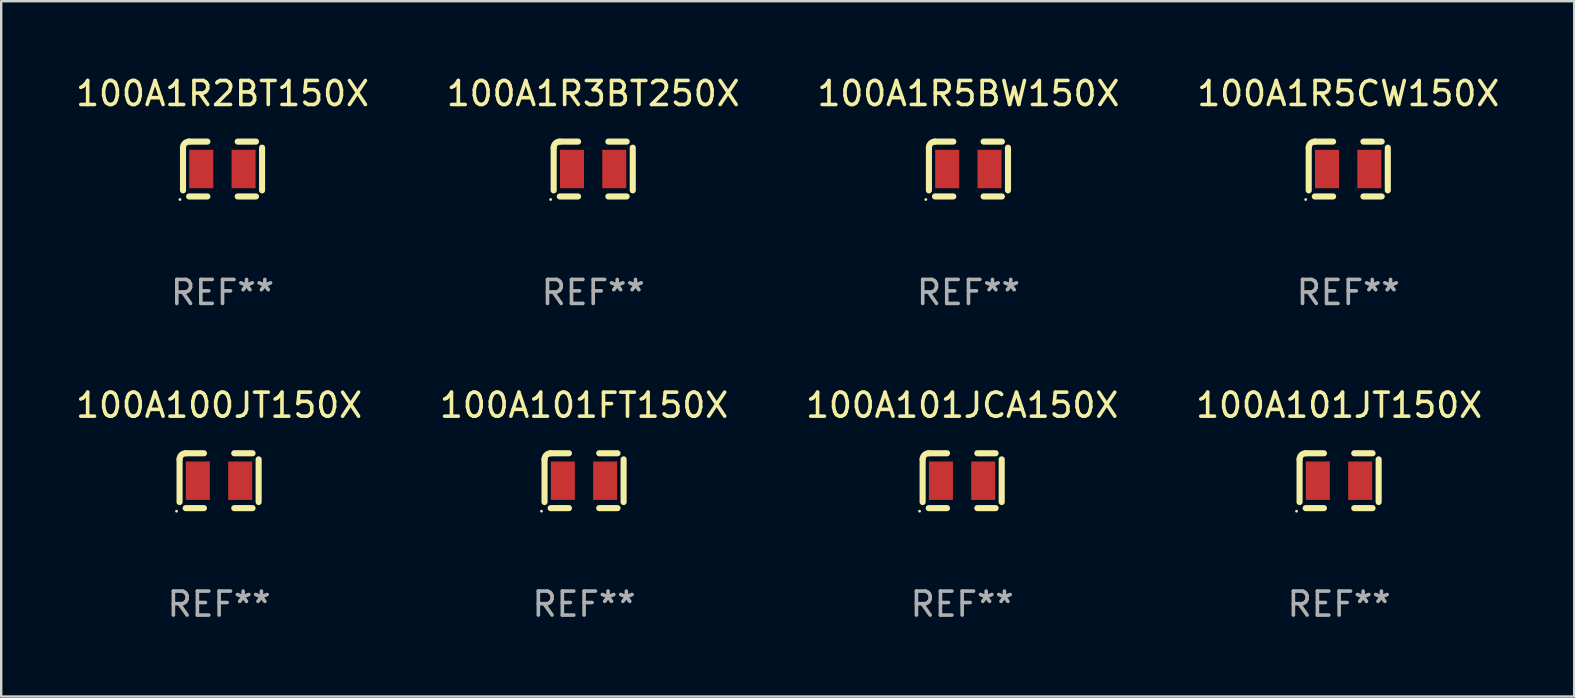
<source format=kicad_pcb>
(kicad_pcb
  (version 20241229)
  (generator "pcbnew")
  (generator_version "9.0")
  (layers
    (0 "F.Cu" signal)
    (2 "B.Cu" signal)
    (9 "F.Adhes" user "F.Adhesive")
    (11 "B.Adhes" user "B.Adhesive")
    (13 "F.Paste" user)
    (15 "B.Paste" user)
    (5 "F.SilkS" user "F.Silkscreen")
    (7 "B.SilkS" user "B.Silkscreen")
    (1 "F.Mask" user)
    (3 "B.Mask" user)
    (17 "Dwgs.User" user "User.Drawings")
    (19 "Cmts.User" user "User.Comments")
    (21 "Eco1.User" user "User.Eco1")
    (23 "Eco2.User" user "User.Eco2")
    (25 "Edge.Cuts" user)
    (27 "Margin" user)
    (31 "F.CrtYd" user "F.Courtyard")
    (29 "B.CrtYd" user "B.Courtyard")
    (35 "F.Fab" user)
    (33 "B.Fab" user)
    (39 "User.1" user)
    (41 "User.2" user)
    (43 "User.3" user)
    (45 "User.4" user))
  (footprint "100A1R5CW150X"
    (layer "F.Cu")
    (at 53.113 3.991)
    (property "Reference" "100A1R5CW150X" (at 0 -3.143 0) (layer "F.SilkS") (effects (font (size 1 1) (thickness 0.15))))
    (attr through_hole)
    (fp_line (start -1.647 -0.889) (end -1.647 0.889) (stroke (width 0.254) (type solid)) (layer "F.SilkS"))
    (fp_line (start -0.631 -1.143) (end -1.393 -1.143) (stroke (width 0.254) (type solid)) (layer "F.SilkS"))
    (fp_line (start -0.631 1.143) (end -1.393 1.143) (stroke (width 0.254) (type solid)) (layer "F.SilkS"))
    (fp_line (start 0.631 -1.143) (end 1.393 -1.143) (stroke (width 0.254) (type solid)) (layer "F.SilkS"))
    (fp_line (start 0.631 1.143) (end 1.393 1.143) (stroke (width 0.254) (type solid)) (layer "F.SilkS"))
    (fp_line (start 1.647 -0.889) (end 1.647 0.889) (stroke (width 0.254) (type solid)) (layer "F.SilkS"))
    (fp_arc (start -1.647002 -0.889002) (mid -1.572607 -1.068607) (end -1.393002 -1.143002) (stroke (width 0.254001) (type solid)) (layer "F.SilkS"))
    (fp_circle (center -1.774 1.27) (end -1.744 1.27) (stroke (width 0.06) (type solid)) (fill no) (layer "F.SilkS"))
    (fp_text user "REF**" (at 0 5.143 0) (layer "F.Fab") (effects (font (size 1 1) (thickness 0.15))))
    (pad "1" smd rect (at -0.885 0) (size 1 1.6) (layers "F.Cu" "F.Mask" "F.Paste"))
    (pad "2" smd rect (at 0.877 0) (size 1 1.6) (layers "F.Cu" "F.Mask" "F.Paste")))
  (footprint "100A101FT150X"
    (layer "F.Cu")
    (at 21.28 16.974)
    (property "Reference" "100A101FT150X" (at 0 -3.143 0) (layer "F.SilkS") (effects (font (size 1 1) (thickness 0.15))))
    (attr through_hole)
    (fp_line (start -1.647 -0.889) (end -1.647 0.889) (stroke (width 0.254) (type solid)) (layer "F.SilkS"))
    (fp_line (start -0.631 -1.143) (end -1.393 -1.143) (stroke (width 0.254) (type solid)) (layer "F.SilkS"))
    (fp_line (start -0.631 1.143) (end -1.393 1.143) (stroke (width 0.254) (type solid)) (layer "F.SilkS"))
    (fp_line (start 0.631 -1.143) (end 1.393 -1.143) (stroke (width 0.254) (type solid)) (layer "F.SilkS"))
    (fp_line (start 0.631 1.143) (end 1.393 1.143) (stroke (width 0.254) (type solid)) (layer "F.SilkS"))
    (fp_line (start 1.647 -0.889) (end 1.647 0.889) (stroke (width 0.254) (type solid)) (layer "F.SilkS"))
    (fp_arc (start -1.647002 -0.889002) (mid -1.572607 -1.068607) (end -1.393002 -1.143002) (stroke (width 0.254001) (type solid)) (layer "F.SilkS"))
    (fp_circle (center -1.774 1.27) (end -1.744 1.27) (stroke (width 0.06) (type solid)) (fill no) (layer "F.SilkS"))
    (fp_text user "REF**" (at 0 5.143 0) (layer "F.Fab") (effects (font (size 1 1) (thickness 0.15))))
    (pad "1" smd rect (at -0.885 0) (size 1 1.6) (layers "F.Cu" "F.Mask" "F.Paste"))
    (pad "2" smd rect (at 0.877 0) (size 1 1.6) (layers "F.Cu" "F.Mask" "F.Paste")))
  (footprint "100A1R5BW150X"
    (layer "F.Cu")
    (at 37.292 3.991)
    (property "Reference" "100A1R5BW150X" (at 0 -3.143 0) (layer "F.SilkS") (effects (font (size 1 1) (thickness 0.15))))
    (attr through_hole)
    (fp_line (start -1.647 -0.889) (end -1.647 0.889) (stroke (width 0.254) (type solid)) (layer "F.SilkS"))
    (fp_line (start -0.631 -1.143) (end -1.393 -1.143) (stroke (width 0.254) (type solid)) (layer "F.SilkS"))
    (fp_line (start -0.631 1.143) (end -1.393 1.143) (stroke (width 0.254) (type solid)) (layer "F.SilkS"))
    (fp_line (start 0.631 -1.143) (end 1.393 -1.143) (stroke (width 0.254) (type solid)) (layer "F.SilkS"))
    (fp_line (start 0.631 1.143) (end 1.393 1.143) (stroke (width 0.254) (type solid)) (layer "F.SilkS"))
    (fp_line (start 1.647 -0.889) (end 1.647 0.889) (stroke (width 0.254) (type solid)) (layer "F.SilkS"))
    (fp_arc (start -1.647002 -0.889002) (mid -1.572607 -1.068607) (end -1.393002 -1.143002) (stroke (width 0.254001) (type solid)) (layer "F.SilkS"))
    (fp_circle (center -1.774 1.27) (end -1.744 1.27) (stroke (width 0.06) (type solid)) (fill no) (layer "F.SilkS"))
    (fp_text user "REF**" (at 0 5.143 0) (layer "F.Fab") (effects (font (size 1 1) (thickness 0.15))))
    (pad "1" smd rect (at -0.885 0) (size 1 1.6) (layers "F.Cu" "F.Mask" "F.Paste"))
    (pad "2" smd rect (at 0.877 0) (size 1 1.6) (layers "F.Cu" "F.Mask" "F.Paste")))
  (footprint "100A101JT150X"
    (layer "F.Cu")
    (at 52.732 16.974)
    (property "Reference" "100A101JT150X" (at 0 -3.143 0) (layer "F.SilkS") (effects (font (size 1 1) (thickness 0.15))))
    (attr through_hole)
    (fp_line (start -1.647 -0.889) (end -1.647 0.889) (stroke (width 0.254) (type solid)) (layer "F.SilkS"))
    (fp_line (start -0.631 -1.143) (end -1.393 -1.143) (stroke (width 0.254) (type solid)) (layer "F.SilkS"))
    (fp_line (start -0.631 1.143) (end -1.393 1.143) (stroke (width 0.254) (type solid)) (layer "F.SilkS"))
    (fp_line (start 0.631 -1.143) (end 1.393 -1.143) (stroke (width 0.254) (type solid)) (layer "F.SilkS"))
    (fp_line (start 0.631 1.143) (end 1.393 1.143) (stroke (width 0.254) (type solid)) (layer "F.SilkS"))
    (fp_line (start 1.647 -0.889) (end 1.647 0.889) (stroke (width 0.254) (type solid)) (layer "F.SilkS"))
    (fp_arc (start -1.647002 -0.889002) (mid -1.572607 -1.068607) (end -1.393002 -1.143002) (stroke (width 0.254001) (type solid)) (layer "F.SilkS"))
    (fp_circle (center -1.774 1.27) (end -1.744 1.27) (stroke (width 0.06) (type solid)) (fill no) (layer "F.SilkS"))
    (fp_text user "REF**" (at 0 5.143 0) (layer "F.Fab") (effects (font (size 1 1) (thickness 0.15))))
    (pad "1" smd rect (at -0.885 0) (size 1 1.6) (layers "F.Cu" "F.Mask" "F.Paste"))
    (pad "2" smd rect (at 0.877 0) (size 1 1.6) (layers "F.Cu" "F.Mask" "F.Paste")))
  (footprint "100A1R2BT150X"
    (layer "F.Cu")
    (at 6.22 3.991)
    (property "Reference" "100A1R2BT150X" (at 0 -3.143 0) (layer "F.SilkS") (effects (font (size 1 1) (thickness 0.15))))
    (attr through_hole)
    (fp_line (start -1.647 -0.889) (end -1.647 0.889) (stroke (width 0.254) (type solid)) (layer "F.SilkS"))
    (fp_line (start -0.631 -1.143) (end -1.393 -1.143) (stroke (width 0.254) (type solid)) (layer "F.SilkS"))
    (fp_line (start -0.631 1.143) (end -1.393 1.143) (stroke (width 0.254) (type solid)) (layer "F.SilkS"))
    (fp_line (start 0.631 -1.143) (end 1.393 -1.143) (stroke (width 0.254) (type solid)) (layer "F.SilkS"))
    (fp_line (start 0.631 1.143) (end 1.393 1.143) (stroke (width 0.254) (type solid)) (layer "F.SilkS"))
    (fp_line (start 1.647 -0.889) (end 1.647 0.889) (stroke (width 0.254) (type solid)) (layer "F.SilkS"))
    (fp_arc (start -1.647002 -0.889002) (mid -1.572607 -1.068607) (end -1.393002 -1.143002) (stroke (width 0.254001) (type solid)) (layer "F.SilkS"))
    (fp_circle (center -1.774 1.27) (end -1.744 1.27) (stroke (width 0.06) (type solid)) (fill no) (layer "F.SilkS"))
    (fp_text user "REF**" (at 0 5.143 0) (layer "F.Fab") (effects (font (size 1 1) (thickness 0.15))))
    (pad "1" smd rect (at -0.885 0) (size 1 1.6) (layers "F.Cu" "F.Mask" "F.Paste"))
    (pad "2" smd rect (at 0.877 0) (size 1 1.6) (layers "F.Cu" "F.Mask" "F.Paste")))
  (footprint "100A100JT150X"
    (layer "F.Cu")
    (at 6.077 16.974)
    (property "Reference" "100A100JT150X" (at 0 -3.143 0) (layer "F.SilkS") (effects (font (size 1 1) (thickness 0.15))))
    (attr through_hole)
    (fp_line (start -1.647 -0.889) (end -1.647 0.889) (stroke (width 0.254) (type solid)) (layer "F.SilkS"))
    (fp_line (start -0.631 -1.143) (end -1.393 -1.143) (stroke (width 0.254) (type solid)) (layer "F.SilkS"))
    (fp_line (start -0.631 1.143) (end -1.393 1.143) (stroke (width 0.254) (type solid)) (layer "F.SilkS"))
    (fp_line (start 0.631 -1.143) (end 1.393 -1.143) (stroke (width 0.254) (type solid)) (layer "F.SilkS"))
    (fp_line (start 0.631 1.143) (end 1.393 1.143) (stroke (width 0.254) (type solid)) (layer "F.SilkS"))
    (fp_line (start 1.647 -0.889) (end 1.647 0.889) (stroke (width 0.254) (type solid)) (layer "F.SilkS"))
    (fp_arc (start -1.647002 -0.889002) (mid -1.572607 -1.068607) (end -1.393002 -1.143002) (stroke (width 0.254001) (type solid)) (layer "F.SilkS"))
    (fp_circle (center -1.774 1.27) (end -1.744 1.27) (stroke (width 0.06) (type solid)) (fill no) (layer "F.SilkS"))
    (fp_text user "REF**" (at 0 5.143 0) (layer "F.Fab") (effects (font (size 1 1) (thickness 0.15))))
    (pad "1" smd rect (at -0.885 0) (size 1 1.6) (layers "F.Cu" "F.Mask" "F.Paste"))
    (pad "2" smd rect (at 0.877 0) (size 1 1.6) (layers "F.Cu" "F.Mask" "F.Paste")))
  (footprint "100A1R3BT250X"
    (layer "F.Cu")
    (at 21.661 3.991)
    (property "Reference" "100A1R3BT250X" (at 0 -3.143 0) (layer "F.SilkS") (effects (font (size 1 1) (thickness 0.15))))
    (attr through_hole)
    (fp_line (start -1.647 -0.889) (end -1.647 0.889) (stroke (width 0.254) (type solid)) (layer "F.SilkS"))
    (fp_line (start -0.631 -1.143) (end -1.393 -1.143) (stroke (width 0.254) (type solid)) (layer "F.SilkS"))
    (fp_line (start -0.631 1.143) (end -1.393 1.143) (stroke (width 0.254) (type solid)) (layer "F.SilkS"))
    (fp_line (start 0.631 -1.143) (end 1.393 -1.143) (stroke (width 0.254) (type solid)) (layer "F.SilkS"))
    (fp_line (start 0.631 1.143) (end 1.393 1.143) (stroke (width 0.254) (type solid)) (layer "F.SilkS"))
    (fp_line (start 1.647 -0.889) (end 1.647 0.889) (stroke (width 0.254) (type solid)) (layer "F.SilkS"))
    (fp_arc (start -1.647002 -0.889002) (mid -1.572607 -1.068607) (end -1.393002 -1.143002) (stroke (width 0.254001) (type solid)) (layer "F.SilkS"))
    (fp_circle (center -1.774 1.27) (end -1.744 1.27) (stroke (width 0.06) (type solid)) (fill no) (layer "F.SilkS"))
    (fp_text user "REF**" (at 0 5.143 0) (layer "F.Fab") (effects (font (size 1 1) (thickness 0.15))))
    (pad "1" smd rect (at -0.885 0) (size 1 1.6) (layers "F.Cu" "F.Mask" "F.Paste"))
    (pad "2" smd rect (at 0.877 0) (size 1 1.6) (layers "F.Cu" "F.Mask" "F.Paste")))
  (footprint "100A101JCA150X"
    (layer "F.Cu")
    (at 37.03 16.974)
    (property "Reference" "100A101JCA150X" (at 0 -3.143 0) (layer "F.SilkS") (effects (font (size 1 1) (thickness 0.15))))
    (attr through_hole)
    (fp_line (start -1.647 -0.889) (end -1.647 0.889) (stroke (width 0.254) (type solid)) (layer "F.SilkS"))
    (fp_line (start -0.631 -1.143) (end -1.393 -1.143) (stroke (width 0.254) (type solid)) (layer "F.SilkS"))
    (fp_line (start -0.631 1.143) (end -1.393 1.143) (stroke (width 0.254) (type solid)) (layer "F.SilkS"))
    (fp_line (start 0.631 -1.143) (end 1.393 -1.143) (stroke (width 0.254) (type solid)) (layer "F.SilkS"))
    (fp_line (start 0.631 1.143) (end 1.393 1.143) (stroke (width 0.254) (type solid)) (layer "F.SilkS"))
    (fp_line (start 1.647 -0.889) (end 1.647 0.889) (stroke (width 0.254) (type solid)) (layer "F.SilkS"))
    (fp_arc (start -1.647002 -0.889002) (mid -1.572607 -1.068607) (end -1.393002 -1.143002) (stroke (width 0.254001) (type solid)) (layer "F.SilkS"))
    (fp_circle (center -1.774 1.27) (end -1.744 1.27) (stroke (width 0.06) (type solid)) (fill no) (layer "F.SilkS"))
    (fp_text user "REF**" (at 0 5.143 0) (layer "F.Fab") (effects (font (size 1 1) (thickness 0.15))))
    (pad "1" smd rect (at -0.885 0) (size 1 1.6) (layers "F.Cu" "F.Mask" "F.Paste"))
    (pad "2" smd rect (at 0.877 0) (size 1 1.6) (layers "F.Cu" "F.Mask" "F.Paste")))
  (gr_rect
    (start -3 -3)
    (end 62.524 25.965)
    (stroke (width 0.1) (type default))
    (fill no)
    (layer "Edge.Cuts")))
</source>
